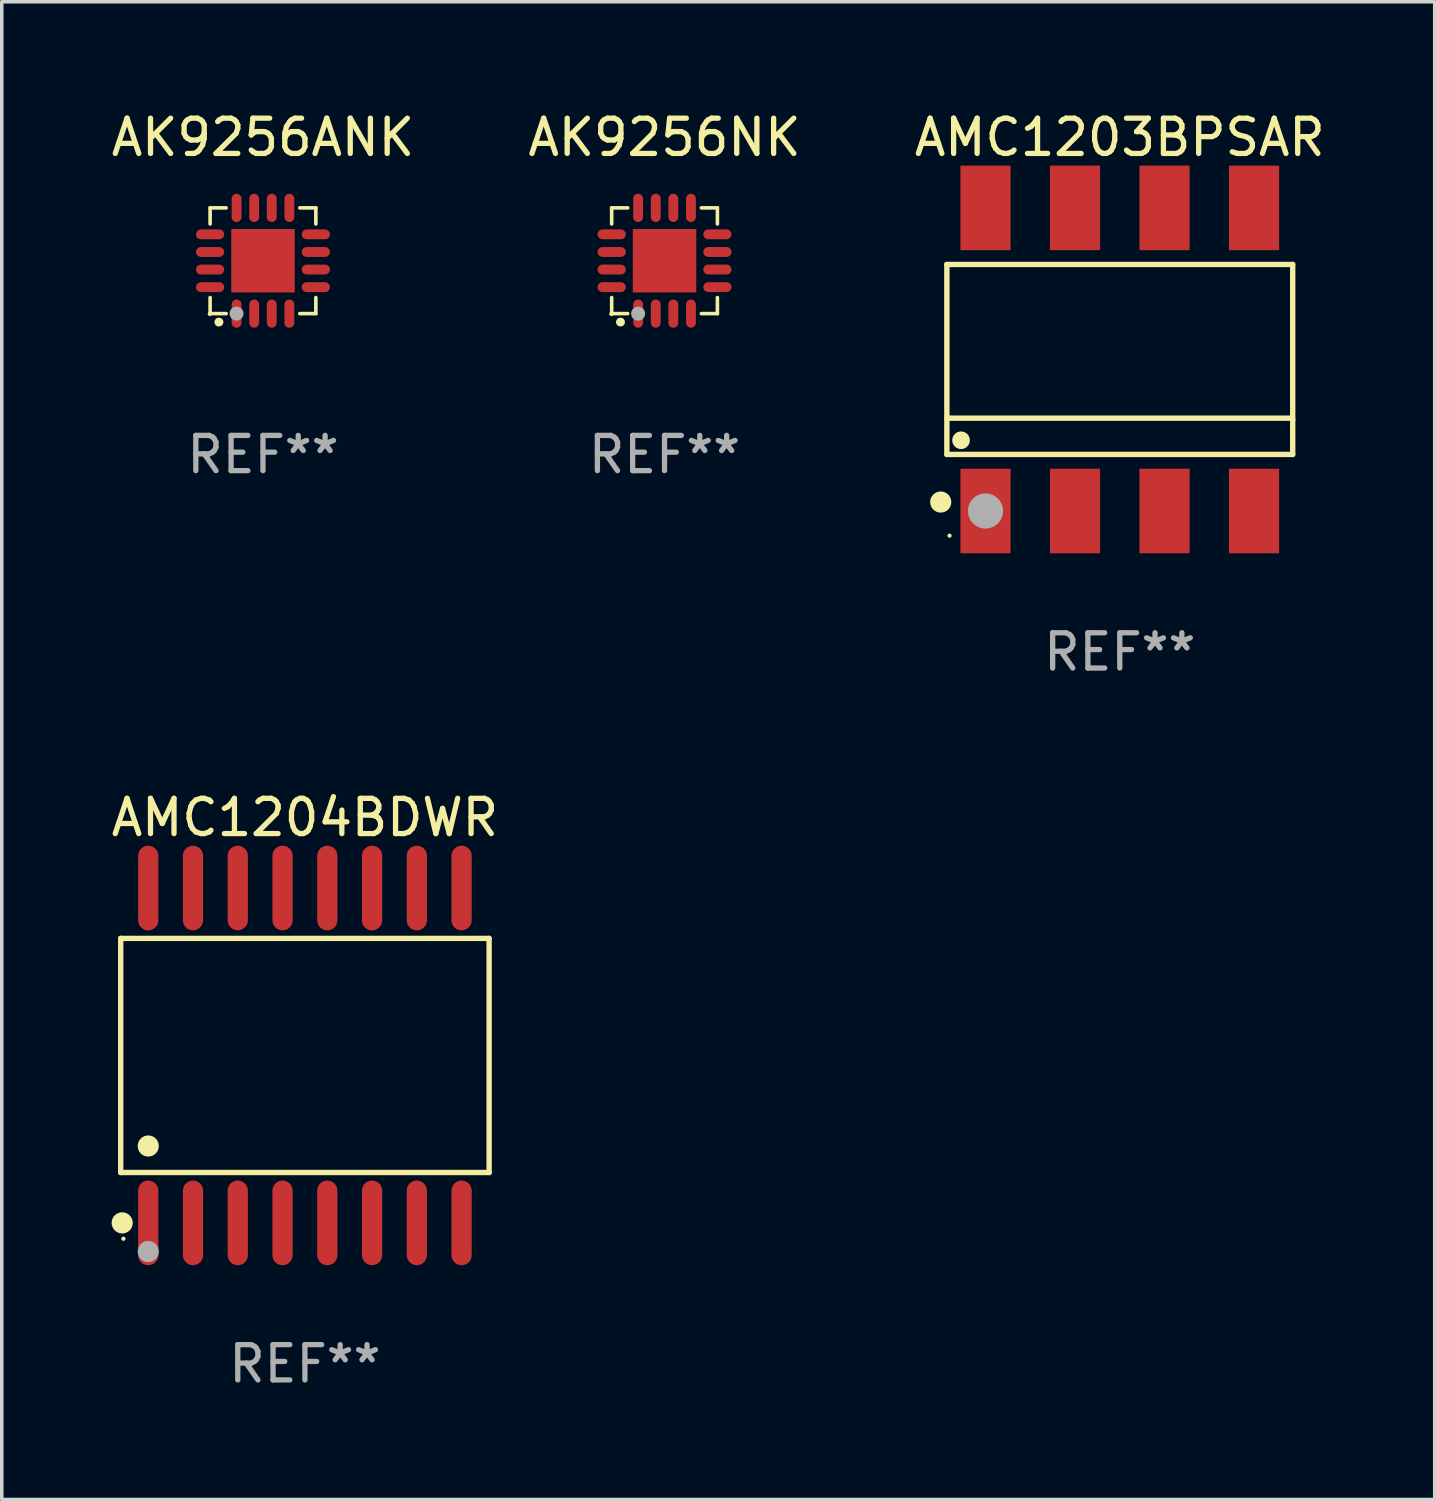
<source format=kicad_pcb>
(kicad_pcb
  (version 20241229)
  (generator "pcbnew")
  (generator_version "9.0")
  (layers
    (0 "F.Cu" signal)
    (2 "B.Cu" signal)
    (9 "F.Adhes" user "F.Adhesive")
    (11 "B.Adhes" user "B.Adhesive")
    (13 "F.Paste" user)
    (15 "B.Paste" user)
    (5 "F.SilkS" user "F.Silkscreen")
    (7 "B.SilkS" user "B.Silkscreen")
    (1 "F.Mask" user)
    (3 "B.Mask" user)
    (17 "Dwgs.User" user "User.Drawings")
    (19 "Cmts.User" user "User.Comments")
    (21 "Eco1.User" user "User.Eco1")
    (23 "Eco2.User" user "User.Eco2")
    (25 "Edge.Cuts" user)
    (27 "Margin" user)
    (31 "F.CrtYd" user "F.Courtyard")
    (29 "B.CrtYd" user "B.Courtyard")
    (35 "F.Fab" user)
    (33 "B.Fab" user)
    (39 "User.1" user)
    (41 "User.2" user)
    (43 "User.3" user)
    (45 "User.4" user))
  (footprint "AK9256NK"
    (layer "F.Cu")
    (at 15.804 4.348)
    (property "Reference" "AK9256NK" (at 0 -3.5 0) (layer "F.SilkS") (effects (font (size 1 1) (thickness 0.15))))
    (attr through_hole)
    (fp_line (start -1.5 -1.5) (end -1.5 -1.044) (stroke (width 0.102) (type solid)) (layer "F.SilkS"))
    (fp_line (start -1.5 -1.5) (end -1.044 -1.5) (stroke (width 0.102) (type solid)) (layer "F.SilkS"))
    (fp_line (start -1.5 1.044) (end -1.5 1.5) (stroke (width 0.102) (type solid)) (layer "F.SilkS"))
    (fp_line (start -1.5 1.5) (end -1.044 1.5) (stroke (width 0.102) (type solid)) (layer "F.SilkS"))
    (fp_line (start 1.044 -1.5) (end 1.5 -1.5) (stroke (width 0.102) (type solid)) (layer "F.SilkS"))
    (fp_line (start 1.044 1.5) (end 1.5 1.5) (stroke (width 0.102) (type solid)) (layer "F.SilkS"))
    (fp_line (start 1.5 -1.044) (end 1.5 -1.5) (stroke (width 0.102) (type solid)) (layer "F.SilkS"))
    (fp_line (start 1.5 1.5) (end 1.5 1.044) (stroke (width 0.102) (type solid)) (layer "F.SilkS"))
    (fp_arc (start -1.251283 1.740005) (mid -1.250013 1.739934) (end -1.248743 1.740005) (stroke (width 0.25) (type solid)) (layer "F.SilkS"))
    (fp_circle (center -1.509 1.51) (end -1.479 1.51) (stroke (width 0.06) (type solid)) (fill no) (layer "F.SilkS"))
    (fp_circle (center -0.75 1.5) (end -0.65 1.5) (stroke (width 0.2) (type solid)) (fill no) (layer "F.Fab"))
    (fp_text user "REF**" (at 0 5.5 0) (layer "F.Fab") (effects (font (size 1 1) (thickness 0.15))))
    (pad "1" smd oval (at -0.749 1.5) (size 0.28 0.8) (layers "F.Cu" "F.Mask" "F.Paste"))
    (pad "2" smd oval (at -0.249 1.5) (size 0.28 0.8) (layers "F.Cu" "F.Mask" "F.Paste"))
    (pad "3" smd oval (at 0.249 1.5) (size 0.28 0.8) (layers "F.Cu" "F.Mask" "F.Paste"))
    (pad "4" smd oval (at 0.749 1.5) (size 0.28 0.8) (layers "F.Cu" "F.Mask" "F.Paste"))
    (pad "5" smd oval (at 1.5 0.749) (size 0.8 0.28) (layers "F.Cu" "F.Mask" "F.Paste"))
    (pad "6" smd oval (at 1.5 0.249) (size 0.8 0.28) (layers "F.Cu" "F.Mask" "F.Paste"))
    (pad "7" smd oval (at 1.5 -0.249) (size 0.8 0.28) (layers "F.Cu" "F.Mask" "F.Paste"))
    (pad "8" smd oval (at 1.5 -0.749) (size 0.8 0.28) (layers "F.Cu" "F.Mask" "F.Paste"))
    (pad "9" smd oval (at 0.749 -1.5) (size 0.28 0.8) (layers "F.Cu" "F.Mask" "F.Paste"))
    (pad "10" smd oval (at 0.249 -1.5) (size 0.28 0.8) (layers "F.Cu" "F.Mask" "F.Paste"))
    (pad "11" smd oval (at -0.249 -1.5) (size 0.28 0.8) (layers "F.Cu" "F.Mask" "F.Paste"))
    (pad "12" smd oval (at -0.749 -1.5) (size 0.28 0.8) (layers "F.Cu" "F.Mask" "F.Paste"))
    (pad "13" smd oval (at -1.5 -0.749) (size 0.8 0.28) (layers "F.Cu" "F.Mask" "F.Paste"))
    (pad "14" smd oval (at -1.5 -0.249) (size 0.8 0.28) (layers "F.Cu" "F.Mask" "F.Paste"))
    (pad "15" smd oval (at -1.5 0.249) (size 0.8 0.28) (layers "F.Cu" "F.Mask" "F.Paste"))
    (pad "16" smd oval (at -1.5 0.749) (size 0.8 0.28) (layers "F.Cu" "F.Mask" "F.Paste"))
    (pad "17" smd rect (at 0.000152 -0.000076 90) (size 1.8 1.8) (layers "F.Cu" "F.Mask" "F.Paste")))
  (footprint "AMC1203BPSAR"
    (layer "F.Cu")
    (at 28.72 7.148)
    (property "Reference" "AMC1203BPSAR" (at 0 -6.3 0) (layer "F.SilkS") (effects (font (size 1 1) (thickness 0.15))))
    (attr through_hole)
    (fp_line (start -4.906 -2.695) (end -4.906 2.695) (stroke (width 0.152) (type solid)) (layer "F.SilkS"))
    (fp_line (start -4.906 -2.695) (end 4.906 -2.695) (stroke (width 0.152) (type solid)) (layer "F.SilkS"))
    (fp_line (start -4.906 1.666) (end 4.868 1.666) (stroke (width 0.152) (type solid)) (layer "F.SilkS"))
    (fp_line (start 4.868 1.666) (end 4.906 1.704) (stroke (width 0.152) (type solid)) (layer "F.SilkS"))
    (fp_line (start 4.906 -2.695) (end 4.906 2.695) (stroke (width 0.152) (type solid)) (layer "F.SilkS"))
    (fp_line (start 4.906 2.695) (end -4.906 2.695) (stroke (width 0.152) (type solid)) (layer "F.SilkS"))
    (fp_circle (center -5.08 4.046) (end -4.93 4.046) (stroke (width 0.3) (type solid)) (fill no) (layer "F.SilkS"))
    (fp_circle (center -4.83 5) (end -4.8 5) (stroke (width 0.06) (type solid)) (fill no) (layer "F.SilkS"))
    (fp_circle (center -4.504 2.293) (end -4.379 2.293) (stroke (width 0.25) (type solid)) (fill no) (layer "F.SilkS"))
    (fp_circle (center -3.81 4.3) (end -3.56 4.3) (stroke (width 0.5) (type solid)) (fill no) (layer "F.Fab"))
    (fp_text user "REF**" (at 0 8.3 0) (layer "F.Fab") (effects (font (size 1 1) (thickness 0.15))))
    (pad "1" smd rect (at -3.81 4.3) (size 1.422 2.4) (layers "F.Cu" "F.Mask" "F.Paste"))
    (pad "2" smd rect (at -1.27 4.3) (size 1.422 2.4) (layers "F.Cu" "F.Mask" "F.Paste"))
    (pad "3" smd rect (at 1.27 4.3) (size 1.422 2.4) (layers "F.Cu" "F.Mask" "F.Paste"))
    (pad "4" smd rect (at 3.81 4.3) (size 1.422 2.4) (layers "F.Cu" "F.Mask" "F.Paste"))
    (pad "5" smd rect (at 3.81 -4.3) (size 1.422 2.4) (layers "F.Cu" "F.Mask" "F.Paste"))
    (pad "6" smd rect (at 1.27 -4.3) (size 1.422 2.4) (layers "F.Cu" "F.Mask" "F.Paste"))
    (pad "7" smd rect (at -1.27 -4.3) (size 1.422 2.4) (layers "F.Cu" "F.Mask" "F.Paste"))
    (pad "8" smd rect (at -3.81 -4.3) (size 1.422 2.4) (layers "F.Cu" "F.Mask" "F.Paste")))
  (footprint "AMC1204BDWR"
    (layer "F.Cu")
    (at 5.601 26.895)
    (property "Reference" "AMC1204BDWR" (at 0 -6.75 0) (layer "F.SilkS") (effects (font (size 1 1) (thickness 0.15))))
    (attr through_hole)
    (fp_line (start -5.226 -3.321) (end 5.226 -3.321) (stroke (width 0.152) (type solid)) (layer "F.SilkS"))
    (fp_line (start -5.226 3.321) (end -5.226 -3.321) (stroke (width 0.152) (type solid)) (layer "F.SilkS"))
    (fp_line (start 5.226 -3.321) (end 5.226 3.321) (stroke (width 0.152) (type solid)) (layer "F.SilkS"))
    (fp_line (start 5.226 3.321) (end -5.226 3.321) (stroke (width 0.152) (type solid)) (layer "F.SilkS"))
    (fp_circle (center -5.184 4.75) (end -5.034 4.75) (stroke (width 0.3) (type solid)) (fill no) (layer "F.SilkS"))
    (fp_circle (center -5.15 5.2) (end -5.12 5.2) (stroke (width 0.06) (type solid)) (fill no) (layer "F.SilkS"))
    (fp_circle (center -4.445 2.569) (end -4.295 2.569) (stroke (width 0.3) (type solid)) (fill no) (layer "F.SilkS"))
    (fp_circle (center -4.445 5.563) (end -4.295 5.563) (stroke (width 0.3) (type solid)) (fill no) (layer "F.Fab"))
    (fp_text user "REF**" (at 0 8.75 0) (layer "F.Fab") (effects (font (size 1 1) (thickness 0.15))))
    (pad "1" smd oval (at -4.445 4.75) (size 0.574 2.401) (layers "F.Cu" "F.Mask" "F.Paste"))
    (pad "2" smd oval (at -3.175 4.75) (size 0.574 2.401) (layers "F.Cu" "F.Mask" "F.Paste"))
    (pad "3" smd oval (at -1.905 4.75) (size 0.574 2.401) (layers "F.Cu" "F.Mask" "F.Paste"))
    (pad "4" smd oval (at -0.635 4.75) (size 0.574 2.401) (layers "F.Cu" "F.Mask" "F.Paste"))
    (pad "5" smd oval (at 0.635 4.75) (size 0.574 2.401) (layers "F.Cu" "F.Mask" "F.Paste"))
    (pad "6" smd oval (at 1.905 4.75) (size 0.574 2.401) (layers "F.Cu" "F.Mask" "F.Paste"))
    (pad "7" smd oval (at 3.175 4.75) (size 0.574 2.401) (layers "F.Cu" "F.Mask" "F.Paste"))
    (pad "8" smd oval (at 4.445 4.75) (size 0.574 2.401) (layers "F.Cu" "F.Mask" "F.Paste"))
    (pad "9" smd oval (at 4.445 -4.75) (size 0.574 2.401) (layers "F.Cu" "F.Mask" "F.Paste"))
    (pad "10" smd oval (at 3.175 -4.75) (size 0.574 2.401) (layers "F.Cu" "F.Mask" "F.Paste"))
    (pad "11" smd oval (at 1.905 -4.75) (size 0.574 2.401) (layers "F.Cu" "F.Mask" "F.Paste"))
    (pad "12" smd oval (at 0.635 -4.75) (size 0.574 2.401) (layers "F.Cu" "F.Mask" "F.Paste"))
    (pad "13" smd oval (at -0.635 -4.75) (size 0.574 2.401) (layers "F.Cu" "F.Mask" "F.Paste"))
    (pad "14" smd oval (at -1.905 -4.75) (size 0.574 2.401) (layers "F.Cu" "F.Mask" "F.Paste"))
    (pad "15" smd oval (at -3.175 -4.75) (size 0.574 2.401) (layers "F.Cu" "F.Mask" "F.Paste"))
    (pad "16" smd oval (at -4.445 -4.75) (size 0.574 2.401) (layers "F.Cu" "F.Mask" "F.Paste")))
  (footprint "AK9256ANK"
    (layer "F.Cu")
    (at 4.411 4.348)
    (property "Reference" "AK9256ANK" (at 0 -3.5 0) (layer "F.SilkS") (effects (font (size 1 1) (thickness 0.15))))
    (attr through_hole)
    (fp_line (start -1.5 -1.5) (end -1.5 -1.044) (stroke (width 0.102) (type solid)) (layer "F.SilkS"))
    (fp_line (start -1.5 -1.5) (end -1.044 -1.5) (stroke (width 0.102) (type solid)) (layer "F.SilkS"))
    (fp_line (start -1.5 1.044) (end -1.5 1.5) (stroke (width 0.102) (type solid)) (layer "F.SilkS"))
    (fp_line (start -1.5 1.5) (end -1.044 1.5) (stroke (width 0.102) (type solid)) (layer "F.SilkS"))
    (fp_line (start 1.044 -1.5) (end 1.5 -1.5) (stroke (width 0.102) (type solid)) (layer "F.SilkS"))
    (fp_line (start 1.044 1.5) (end 1.5 1.5) (stroke (width 0.102) (type solid)) (layer "F.SilkS"))
    (fp_line (start 1.5 -1.044) (end 1.5 -1.5) (stroke (width 0.102) (type solid)) (layer "F.SilkS"))
    (fp_line (start 1.5 1.5) (end 1.5 1.044) (stroke (width 0.102) (type solid)) (layer "F.SilkS"))
    (fp_arc (start -1.251283 1.740005) (mid -1.250013 1.739934) (end -1.248743 1.740005) (stroke (width 0.25) (type solid)) (layer "F.SilkS"))
    (fp_circle (center -1.509 1.51) (end -1.479 1.51) (stroke (width 0.06) (type solid)) (fill no) (layer "F.SilkS"))
    (fp_circle (center -0.75 1.5) (end -0.65 1.5) (stroke (width 0.2) (type solid)) (fill no) (layer "F.Fab"))
    (fp_text user "REF**" (at 0 5.5 0) (layer "F.Fab") (effects (font (size 1 1) (thickness 0.15))))
    (pad "1" smd oval (at -0.749 1.5) (size 0.28 0.8) (layers "F.Cu" "F.Mask" "F.Paste"))
    (pad "2" smd oval (at -0.249 1.5) (size 0.28 0.8) (layers "F.Cu" "F.Mask" "F.Paste"))
    (pad "3" smd oval (at 0.249 1.5) (size 0.28 0.8) (layers "F.Cu" "F.Mask" "F.Paste"))
    (pad "4" smd oval (at 0.749 1.5) (size 0.28 0.8) (layers "F.Cu" "F.Mask" "F.Paste"))
    (pad "5" smd oval (at 1.5 0.749) (size 0.8 0.28) (layers "F.Cu" "F.Mask" "F.Paste"))
    (pad "6" smd oval (at 1.5 0.249) (size 0.8 0.28) (layers "F.Cu" "F.Mask" "F.Paste"))
    (pad "7" smd oval (at 1.5 -0.249) (size 0.8 0.28) (layers "F.Cu" "F.Mask" "F.Paste"))
    (pad "8" smd oval (at 1.5 -0.749) (size 0.8 0.28) (layers "F.Cu" "F.Mask" "F.Paste"))
    (pad "9" smd oval (at 0.749 -1.5) (size 0.28 0.8) (layers "F.Cu" "F.Mask" "F.Paste"))
    (pad "10" smd oval (at 0.249 -1.5) (size 0.28 0.8) (layers "F.Cu" "F.Mask" "F.Paste"))
    (pad "11" smd oval (at -0.249 -1.5) (size 0.28 0.8) (layers "F.Cu" "F.Mask" "F.Paste"))
    (pad "12" smd oval (at -0.749 -1.5) (size 0.28 0.8) (layers "F.Cu" "F.Mask" "F.Paste"))
    (pad "13" smd oval (at -1.5 -0.749) (size 0.8 0.28) (layers "F.Cu" "F.Mask" "F.Paste"))
    (pad "14" smd oval (at -1.5 -0.249) (size 0.8 0.28) (layers "F.Cu" "F.Mask" "F.Paste"))
    (pad "15" smd oval (at -1.5 0.249) (size 0.8 0.28) (layers "F.Cu" "F.Mask" "F.Paste"))
    (pad "16" smd oval (at -1.5 0.749) (size 0.8 0.28) (layers "F.Cu" "F.Mask" "F.Paste"))
    (pad "17" smd rect (at 0.000152 -0.000076 90) (size 1.8 1.8) (layers "F.Cu" "F.Mask" "F.Paste")))
  (gr_rect
    (start -3 -3)
    (end 37.655 39.494)
    (stroke (width 0.1) (type default))
    (fill no)
    (layer "Edge.Cuts")))
</source>
